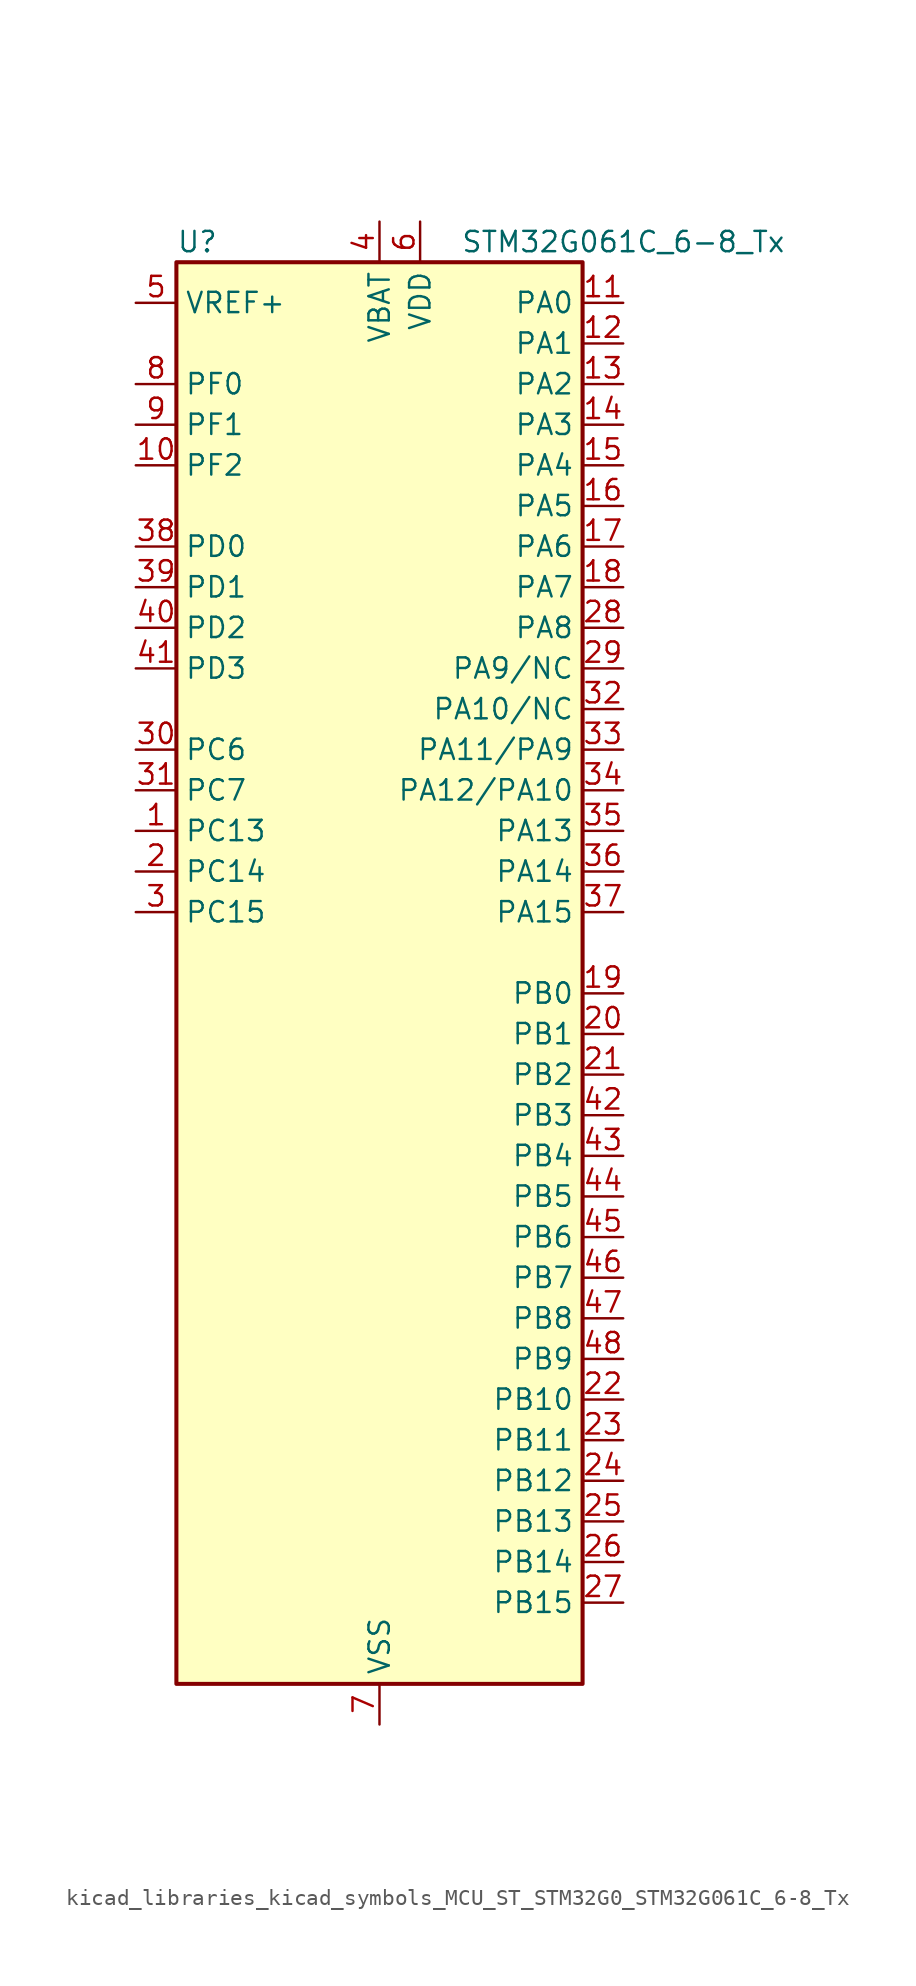
<source format=kicad_sym>
(kicad_symbol_lib
  (version 20220914)
  (generator kicad_symbol_editor)
  (symbol "kicad_libraries_kicad_symbols_MCU_ST_STM32G0_STM32G061C_6-8_Tx"
    (property "Reference" "U"
      (at -12.7 46.99 0)
      (effects (font (size 1.27 1.27)) (justify left)))
    (property "Value" "STM32G061C_6-8_Tx"
      (at 5.08 46.99 0)
      (effects (font (size 1.27 1.27)) (justify left)))
    (property "ki_locked" ""
      (at 0 0 0)
      (effects (font (size 1.27 1.27))))
    (symbol "kicad_libraries_kicad_symbols_MCU_ST_STM32G0_STM32G061C_6-8_Tx_0_1"
      (rectangle (start -12.7 -43.18) (end 12.7 45.72) (stroke (width 0.254) (type default)) (fill (type background))))
    (symbol "kicad_libraries_kicad_symbols_MCU_ST_STM32G0_STM32G061C_6-8_Tx_1_1"
      (pin bidirectional line (at -15.24 10.16 0) (length 2.54) (name "PC13" (effects (font (size 1.27 1.27)))) (number "1" (effects (font (size 1.27 1.27)))) (alternate "RTC_OUT1" bidirectional line) (alternate "RTC_TAMP_IN1" bidirectional line) (alternate "RTC_TS" bidirectional line) (alternate "SYS_WKUP2" bidirectional line) (alternate "TIM1_BK" bidirectional line))
      (pin bidirectional line (at -15.24 33.02 0) (length 2.54) (name "PF2" (effects (font (size 1.27 1.27)))) (number "10" (effects (font (size 1.27 1.27)))) (alternate "RCC_MCO" bidirectional line))
      (pin bidirectional line (at 15.24 43.18 180) (length 2.54) (name "PA0" (effects (font (size 1.27 1.27)))) (number "11" (effects (font (size 1.27 1.27)))) (alternate "ADC1_IN0" bidirectional line) (alternate "COMP1_INM" bidirectional line) (alternate "COMP1_OUT" bidirectional line) (alternate "LPTIM1_OUT" bidirectional line) (alternate "RTC_TAMP_IN2" bidirectional line) (alternate "SPI2_SCK" bidirectional line) (alternate "SYS_WKUP1" bidirectional line) (alternate "TIM2_CH1" bidirectional line) (alternate "TIM2_ETR" bidirectional line) (alternate "USART2_CTS" bidirectional line) (alternate "USART2_NSS" bidirectional line))
      (pin bidirectional line (at 15.24 40.64 180) (length 2.54) (name "PA1" (effects (font (size 1.27 1.27)))) (number "12" (effects (font (size 1.27 1.27)))) (alternate "ADC1_IN1" bidirectional line) (alternate "COMP1_INP" bidirectional line) (alternate "I2C1_SMBA" bidirectional line) (alternate "I2S1_CK" bidirectional line) (alternate "SPI1_SCK" bidirectional line) (alternate "TIM15_CH1N" bidirectional line) (alternate "TIM2_CH2" bidirectional line) (alternate "USART2_CK" bidirectional line) (alternate "USART2_DE" bidirectional line) (alternate "USART2_RTS" bidirectional line))
      (pin bidirectional line (at 15.24 38.1 180) (length 2.54) (name "PA2" (effects (font (size 1.27 1.27)))) (number "13" (effects (font (size 1.27 1.27)))) (alternate "ADC1_IN2" bidirectional line) (alternate "COMP2_INM" bidirectional line) (alternate "COMP2_OUT" bidirectional line) (alternate "I2S1_SD" bidirectional line) (alternate "LPUART1_TX" bidirectional line) (alternate "RCC_LSCO" bidirectional line) (alternate "SPI1_MOSI" bidirectional line) (alternate "SYS_WKUP4" bidirectional line) (alternate "TIM15_CH1" bidirectional line) (alternate "TIM2_CH3" bidirectional line) (alternate "USART2_TX" bidirectional line))
      (pin bidirectional line (at 15.24 35.56 180) (length 2.54) (name "PA3" (effects (font (size 1.27 1.27)))) (number "14" (effects (font (size 1.27 1.27)))) (alternate "ADC1_IN3" bidirectional line) (alternate "COMP2_INP" bidirectional line) (alternate "LPUART1_RX" bidirectional line) (alternate "SPI2_MISO" bidirectional line) (alternate "TIM15_CH2" bidirectional line) (alternate "TIM2_CH4" bidirectional line) (alternate "USART2_RX" bidirectional line))
      (pin bidirectional line (at 15.24 33.02 180) (length 2.54) (name "PA4" (effects (font (size 1.27 1.27)))) (number "15" (effects (font (size 1.27 1.27)))) (alternate "ADC1_IN4" bidirectional line) (alternate "DAC1_OUT1" bidirectional line) (alternate "I2S1_WS" bidirectional line) (alternate "LPTIM2_OUT" bidirectional line) (alternate "RTC_OUT2" bidirectional line) (alternate "SPI1_NSS" bidirectional line) (alternate "SPI2_MOSI" bidirectional line) (alternate "TIM14_CH1" bidirectional line))
      (pin bidirectional line (at 15.24 30.48 180) (length 2.54) (name "PA5" (effects (font (size 1.27 1.27)))) (number "16" (effects (font (size 1.27 1.27)))) (alternate "ADC1_IN5" bidirectional line) (alternate "DAC1_OUT2" bidirectional line) (alternate "I2S1_CK" bidirectional line) (alternate "LPTIM2_ETR" bidirectional line) (alternate "SPI1_SCK" bidirectional line) (alternate "TIM2_CH1" bidirectional line) (alternate "TIM2_ETR" bidirectional line))
      (pin bidirectional line (at 15.24 27.94 180) (length 2.54) (name "PA6" (effects (font (size 1.27 1.27)))) (number "17" (effects (font (size 1.27 1.27)))) (alternate "ADC1_IN6" bidirectional line) (alternate "COMP1_OUT" bidirectional line) (alternate "I2S1_MCK" bidirectional line) (alternate "LPUART1_CTS" bidirectional line) (alternate "SPI1_MISO" bidirectional line) (alternate "TIM16_CH1" bidirectional line) (alternate "TIM1_BK" bidirectional line) (alternate "TIM3_CH1" bidirectional line))
      (pin bidirectional line (at 15.24 25.4 180) (length 2.54) (name "PA7" (effects (font (size 1.27 1.27)))) (number "18" (effects (font (size 1.27 1.27)))) (alternate "ADC1_IN7" bidirectional line) (alternate "COMP2_OUT" bidirectional line) (alternate "I2S1_SD" bidirectional line) (alternate "SPI1_MOSI" bidirectional line) (alternate "TIM14_CH1" bidirectional line) (alternate "TIM17_CH1" bidirectional line) (alternate "TIM1_CH1N" bidirectional line) (alternate "TIM3_CH2" bidirectional line))
      (pin bidirectional line (at 15.24 0 180) (length 2.54) (name "PB0" (effects (font (size 1.27 1.27)))) (number "19" (effects (font (size 1.27 1.27)))) (alternate "ADC1_IN8" bidirectional line) (alternate "COMP1_OUT" bidirectional line) (alternate "I2S1_WS" bidirectional line) (alternate "LPTIM1_OUT" bidirectional line) (alternate "SPI1_NSS" bidirectional line) (alternate "TIM1_CH2N" bidirectional line) (alternate "TIM3_CH3" bidirectional line))
      (pin bidirectional line (at -15.24 7.62 0) (length 2.54) (name "PC14" (effects (font (size 1.27 1.27)))) (number "2" (effects (font (size 1.27 1.27)))) (alternate "RCC_OSC32_IN" bidirectional line) (alternate "TIM1_BK2" bidirectional line))
      (pin bidirectional line (at 15.24 -2.54 180) (length 2.54) (name "PB1" (effects (font (size 1.27 1.27)))) (number "20" (effects (font (size 1.27 1.27)))) (alternate "ADC1_IN9" bidirectional line) (alternate "COMP1_INM" bidirectional line) (alternate "LPTIM2_IN1" bidirectional line) (alternate "LPUART1_DE" bidirectional line) (alternate "LPUART1_RTS" bidirectional line) (alternate "TIM14_CH1" bidirectional line) (alternate "TIM1_CH3N" bidirectional line) (alternate "TIM3_CH4" bidirectional line))
      (pin bidirectional line (at 15.24 -5.08 180) (length 2.54) (name "PB2" (effects (font (size 1.27 1.27)))) (number "21" (effects (font (size 1.27 1.27)))) (alternate "ADC1_IN10" bidirectional line) (alternate "COMP1_INP" bidirectional line) (alternate "LPTIM1_OUT" bidirectional line) (alternate "SPI2_MISO" bidirectional line))
      (pin bidirectional line (at 15.24 -25.4 180) (length 2.54) (name "PB10" (effects (font (size 1.27 1.27)))) (number "22" (effects (font (size 1.27 1.27)))) (alternate "ADC1_IN11" bidirectional line) (alternate "COMP1_OUT" bidirectional line) (alternate "I2C2_SCL" bidirectional line) (alternate "LPUART1_RX" bidirectional line) (alternate "SPI2_SCK" bidirectional line) (alternate "TIM2_CH3" bidirectional line))
      (pin bidirectional line (at 15.24 -27.94 180) (length 2.54) (name "PB11" (effects (font (size 1.27 1.27)))) (number "23" (effects (font (size 1.27 1.27)))) (alternate "ADC1_EXTI11" bidirectional line) (alternate "ADC1_IN15" bidirectional line) (alternate "COMP2_OUT" bidirectional line) (alternate "I2C2_SDA" bidirectional line) (alternate "LPUART1_TX" bidirectional line) (alternate "SPI2_MOSI" bidirectional line) (alternate "TIM2_CH4" bidirectional line))
      (pin bidirectional line (at 15.24 -30.48 180) (length 2.54) (name "PB12" (effects (font (size 1.27 1.27)))) (number "24" (effects (font (size 1.27 1.27)))) (alternate "ADC1_IN16" bidirectional line) (alternate "LPUART1_DE" bidirectional line) (alternate "LPUART1_RTS" bidirectional line) (alternate "SPI2_NSS" bidirectional line) (alternate "TIM15_BK" bidirectional line) (alternate "TIM1_BK" bidirectional line))
      (pin bidirectional line (at 15.24 -33.02 180) (length 2.54) (name "PB13" (effects (font (size 1.27 1.27)))) (number "25" (effects (font (size 1.27 1.27)))) (alternate "I2C2_SCL" bidirectional line) (alternate "LPUART1_CTS" bidirectional line) (alternate "SPI2_SCK" bidirectional line) (alternate "TIM15_CH1N" bidirectional line) (alternate "TIM1_CH1N" bidirectional line))
      (pin bidirectional line (at 15.24 -35.56 180) (length 2.54) (name "PB14" (effects (font (size 1.27 1.27)))) (number "26" (effects (font (size 1.27 1.27)))) (alternate "I2C2_SDA" bidirectional line) (alternate "SPI2_MISO" bidirectional line) (alternate "TIM15_CH1" bidirectional line) (alternate "TIM1_CH2N" bidirectional line))
      (pin bidirectional line (at 15.24 -38.1 180) (length 2.54) (name "PB15" (effects (font (size 1.27 1.27)))) (number "27" (effects (font (size 1.27 1.27)))) (alternate "RTC_REFIN" bidirectional line) (alternate "SPI2_MOSI" bidirectional line) (alternate "TIM15_CH1N" bidirectional line) (alternate "TIM15_CH2" bidirectional line) (alternate "TIM1_CH3N" bidirectional line))
      (pin bidirectional line (at 15.24 22.86 180) (length 2.54) (name "PA8" (effects (font (size 1.27 1.27)))) (number "28" (effects (font (size 1.27 1.27)))) (alternate "LPTIM2_OUT" bidirectional line) (alternate "RCC_MCO" bidirectional line) (alternate "SPI2_NSS" bidirectional line) (alternate "TIM1_CH1" bidirectional line))
      (pin bidirectional line (at 15.24 20.32 180) (length 2.54) (name "PA9/NC" (effects (font (size 1.27 1.27)))) (number "29" (effects (font (size 1.27 1.27)))) (alternate "DAC1_EXTI9" bidirectional line) (alternate "I2C1_SCL" bidirectional line) (alternate "RCC_MCO" bidirectional line) (alternate "SPI2_MISO" bidirectional line) (alternate "TIM15_BK" bidirectional line) (alternate "TIM1_CH2" bidirectional line) (alternate "USART1_TX" bidirectional line))
      (pin bidirectional line (at -15.24 5.08 0) (length 2.54) (name "PC15" (effects (font (size 1.27 1.27)))) (number "3" (effects (font (size 1.27 1.27)))) (alternate "RCC_OSC32_EN" bidirectional line) (alternate "RCC_OSC32_OUT" bidirectional line) (alternate "RCC_OSC_EN" bidirectional line) (alternate "TIM15_BK" bidirectional line))
      (pin bidirectional line (at -15.24 15.24 0) (length 2.54) (name "PC6" (effects (font (size 1.27 1.27)))) (number "30" (effects (font (size 1.27 1.27)))) (alternate "TIM2_CH3" bidirectional line) (alternate "TIM3_CH1" bidirectional line))
      (pin bidirectional line (at -15.24 12.7 0) (length 2.54) (name "PC7" (effects (font (size 1.27 1.27)))) (number "31" (effects (font (size 1.27 1.27)))) (alternate "TIM2_CH4" bidirectional line) (alternate "TIM3_CH2" bidirectional line))
      (pin bidirectional line (at 15.24 17.78 180) (length 2.54) (name "PA10/NC" (effects (font (size 1.27 1.27)))) (number "32" (effects (font (size 1.27 1.27)))) (alternate "I2C1_SDA" bidirectional line) (alternate "SPI2_MOSI" bidirectional line) (alternate "TIM17_BK" bidirectional line) (alternate "TIM1_CH3" bidirectional line) (alternate "USART1_RX" bidirectional line))
      (pin bidirectional line (at 15.24 15.24 180) (length 2.54) (name "PA11/PA9" (effects (font (size 1.27 1.27)))) (number "33" (effects (font (size 1.27 1.27)))) (alternate "ADC1_EXTI11" bidirectional line) (alternate "COMP1_OUT" bidirectional line) (alternate "I2C2_SCL" bidirectional line) (alternate "I2S1_MCK" bidirectional line) (alternate "SPI1_MISO" bidirectional line) (alternate "TIM1_BK2" bidirectional line) (alternate "TIM1_CH4" bidirectional line) (alternate "USART1_CTS" bidirectional line) (alternate "USART1_NSS" bidirectional line))
      (pin bidirectional line (at 15.24 12.7 180) (length 2.54) (name "PA12/PA10" (effects (font (size 1.27 1.27)))) (number "34" (effects (font (size 1.27 1.27)))) (alternate "COMP2_OUT" bidirectional line) (alternate "I2C2_SDA" bidirectional line) (alternate "I2S1_SD" bidirectional line) (alternate "I2S_CKIN" bidirectional line) (alternate "SPI1_MOSI" bidirectional line) (alternate "TIM1_ETR" bidirectional line) (alternate "USART1_CK" bidirectional line) (alternate "USART1_DE" bidirectional line) (alternate "USART1_RTS" bidirectional line))
      (pin bidirectional line (at 15.24 10.16 180) (length 2.54) (name "PA13" (effects (font (size 1.27 1.27)))) (number "35" (effects (font (size 1.27 1.27)))) (alternate "ADC1_IN17" bidirectional line) (alternate "IR_OUT" bidirectional line) (alternate "SYS_SWDIO" bidirectional line))
      (pin bidirectional line (at 15.24 7.62 180) (length 2.54) (name "PA14" (effects (font (size 1.27 1.27)))) (number "36" (effects (font (size 1.27 1.27)))) (alternate "ADC1_IN18" bidirectional line) (alternate "SYS_SWCLK" bidirectional line) (alternate "USART2_TX" bidirectional line))
      (pin bidirectional line (at 15.24 5.08 180) (length 2.54) (name "PA15" (effects (font (size 1.27 1.27)))) (number "37" (effects (font (size 1.27 1.27)))) (alternate "I2S1_WS" bidirectional line) (alternate "SPI1_NSS" bidirectional line) (alternate "TIM2_CH1" bidirectional line) (alternate "TIM2_ETR" bidirectional line) (alternate "USART2_RX" bidirectional line))
      (pin bidirectional line (at -15.24 27.94 0) (length 2.54) (name "PD0" (effects (font (size 1.27 1.27)))) (number "38" (effects (font (size 1.27 1.27)))) (alternate "SPI2_NSS" bidirectional line) (alternate "TIM16_CH1" bidirectional line))
      (pin bidirectional line (at -15.24 25.4 0) (length 2.54) (name "PD1" (effects (font (size 1.27 1.27)))) (number "39" (effects (font (size 1.27 1.27)))) (alternate "SPI2_SCK" bidirectional line) (alternate "TIM17_CH1" bidirectional line))
      (pin power_in line (at 0 48.26 270) (length 2.54) (name "VBAT" (effects (font (size 1.27 1.27)))) (number "4" (effects (font (size 1.27 1.27)))))
      (pin bidirectional line (at -15.24 22.86 0) (length 2.54) (name "PD2" (effects (font (size 1.27 1.27)))) (number "40" (effects (font (size 1.27 1.27)))) (alternate "TIM1_CH1N" bidirectional line) (alternate "TIM3_ETR" bidirectional line))
      (pin bidirectional line (at -15.24 20.32 0) (length 2.54) (name "PD3" (effects (font (size 1.27 1.27)))) (number "41" (effects (font (size 1.27 1.27)))) (alternate "SPI2_MISO" bidirectional line) (alternate "TIM1_CH2N" bidirectional line) (alternate "USART2_CTS" bidirectional line) (alternate "USART2_NSS" bidirectional line))
      (pin bidirectional line (at 15.24 -7.62 180) (length 2.54) (name "PB3" (effects (font (size 1.27 1.27)))) (number "42" (effects (font (size 1.27 1.27)))) (alternate "COMP2_INM" bidirectional line) (alternate "I2S1_CK" bidirectional line) (alternate "SPI1_SCK" bidirectional line) (alternate "TIM1_CH2" bidirectional line) (alternate "TIM2_CH2" bidirectional line) (alternate "USART1_CK" bidirectional line) (alternate "USART1_DE" bidirectional line) (alternate "USART1_RTS" bidirectional line))
      (pin bidirectional line (at 15.24 -10.16 180) (length 2.54) (name "PB4" (effects (font (size 1.27 1.27)))) (number "43" (effects (font (size 1.27 1.27)))) (alternate "COMP2_INP" bidirectional line) (alternate "I2S1_MCK" bidirectional line) (alternate "SPI1_MISO" bidirectional line) (alternate "TIM17_BK" bidirectional line) (alternate "TIM3_CH1" bidirectional line) (alternate "USART1_CTS" bidirectional line) (alternate "USART1_NSS" bidirectional line))
      (pin bidirectional line (at 15.24 -12.7 180) (length 2.54) (name "PB5" (effects (font (size 1.27 1.27)))) (number "44" (effects (font (size 1.27 1.27)))) (alternate "COMP2_OUT" bidirectional line) (alternate "I2C1_SMBA" bidirectional line) (alternate "I2S1_SD" bidirectional line) (alternate "LPTIM1_IN1" bidirectional line) (alternate "SPI1_MOSI" bidirectional line) (alternate "SYS_WKUP6" bidirectional line) (alternate "TIM16_BK" bidirectional line) (alternate "TIM3_CH2" bidirectional line))
      (pin bidirectional line (at 15.24 -15.24 180) (length 2.54) (name "PB6" (effects (font (size 1.27 1.27)))) (number "45" (effects (font (size 1.27 1.27)))) (alternate "COMP2_INP" bidirectional line) (alternate "I2C1_SCL" bidirectional line) (alternate "LPTIM1_ETR" bidirectional line) (alternate "SPI2_MISO" bidirectional line) (alternate "TIM16_CH1N" bidirectional line) (alternate "TIM1_CH3" bidirectional line) (alternate "USART1_TX" bidirectional line))
      (pin bidirectional line (at 15.24 -17.78 180) (length 2.54) (name "PB7" (effects (font (size 1.27 1.27)))) (number "46" (effects (font (size 1.27 1.27)))) (alternate "COMP2_INM" bidirectional line) (alternate "I2C1_SDA" bidirectional line) (alternate "LPTIM1_IN2" bidirectional line) (alternate "SPI2_MOSI" bidirectional line) (alternate "SYS_PVD_IN" bidirectional line) (alternate "TIM17_CH1N" bidirectional line) (alternate "USART1_RX" bidirectional line))
      (pin bidirectional line (at 15.24 -20.32 180) (length 2.54) (name "PB8" (effects (font (size 1.27 1.27)))) (number "47" (effects (font (size 1.27 1.27)))) (alternate "I2C1_SCL" bidirectional line) (alternate "SPI2_SCK" bidirectional line) (alternate "TIM15_BK" bidirectional line) (alternate "TIM16_CH1" bidirectional line))
      (pin bidirectional line (at 15.24 -22.86 180) (length 2.54) (name "PB9" (effects (font (size 1.27 1.27)))) (number "48" (effects (font (size 1.27 1.27)))) (alternate "DAC1_EXTI9" bidirectional line) (alternate "I2C1_SDA" bidirectional line) (alternate "IR_OUT" bidirectional line) (alternate "SPI2_NSS" bidirectional line) (alternate "TIM17_CH1" bidirectional line))
      (pin input line (at -15.24 43.18 0) (length 2.54) (name "VREF+" (effects (font (size 1.27 1.27)))) (number "5" (effects (font (size 1.27 1.27)))) (alternate "VREFBUF_OUT" bidirectional line))
      (pin power_in line (at 2.54 48.26 270) (length 2.54) (name "VDD" (effects (font (size 1.27 1.27)))) (number "6" (effects (font (size 1.27 1.27)))))
      (pin power_in line (at 0 -45.72 90) (length 2.54) (name "VSS" (effects (font (size 1.27 1.27)))) (number "7" (effects (font (size 1.27 1.27)))))
      (pin bidirectional line (at -15.24 38.1 0) (length 2.54) (name "PF0" (effects (font (size 1.27 1.27)))) (number "8" (effects (font (size 1.27 1.27)))) (alternate "RCC_OSC_IN" bidirectional line) (alternate "TIM14_CH1" bidirectional line))
      (pin bidirectional line (at -15.24 35.56 0) (length 2.54) (name "PF1" (effects (font (size 1.27 1.27)))) (number "9" (effects (font (size 1.27 1.27)))) (alternate "RCC_OSC_EN" bidirectional line) (alternate "RCC_OSC_OUT" bidirectional line) (alternate "TIM15_CH1N" bidirectional line)))))
</source>
